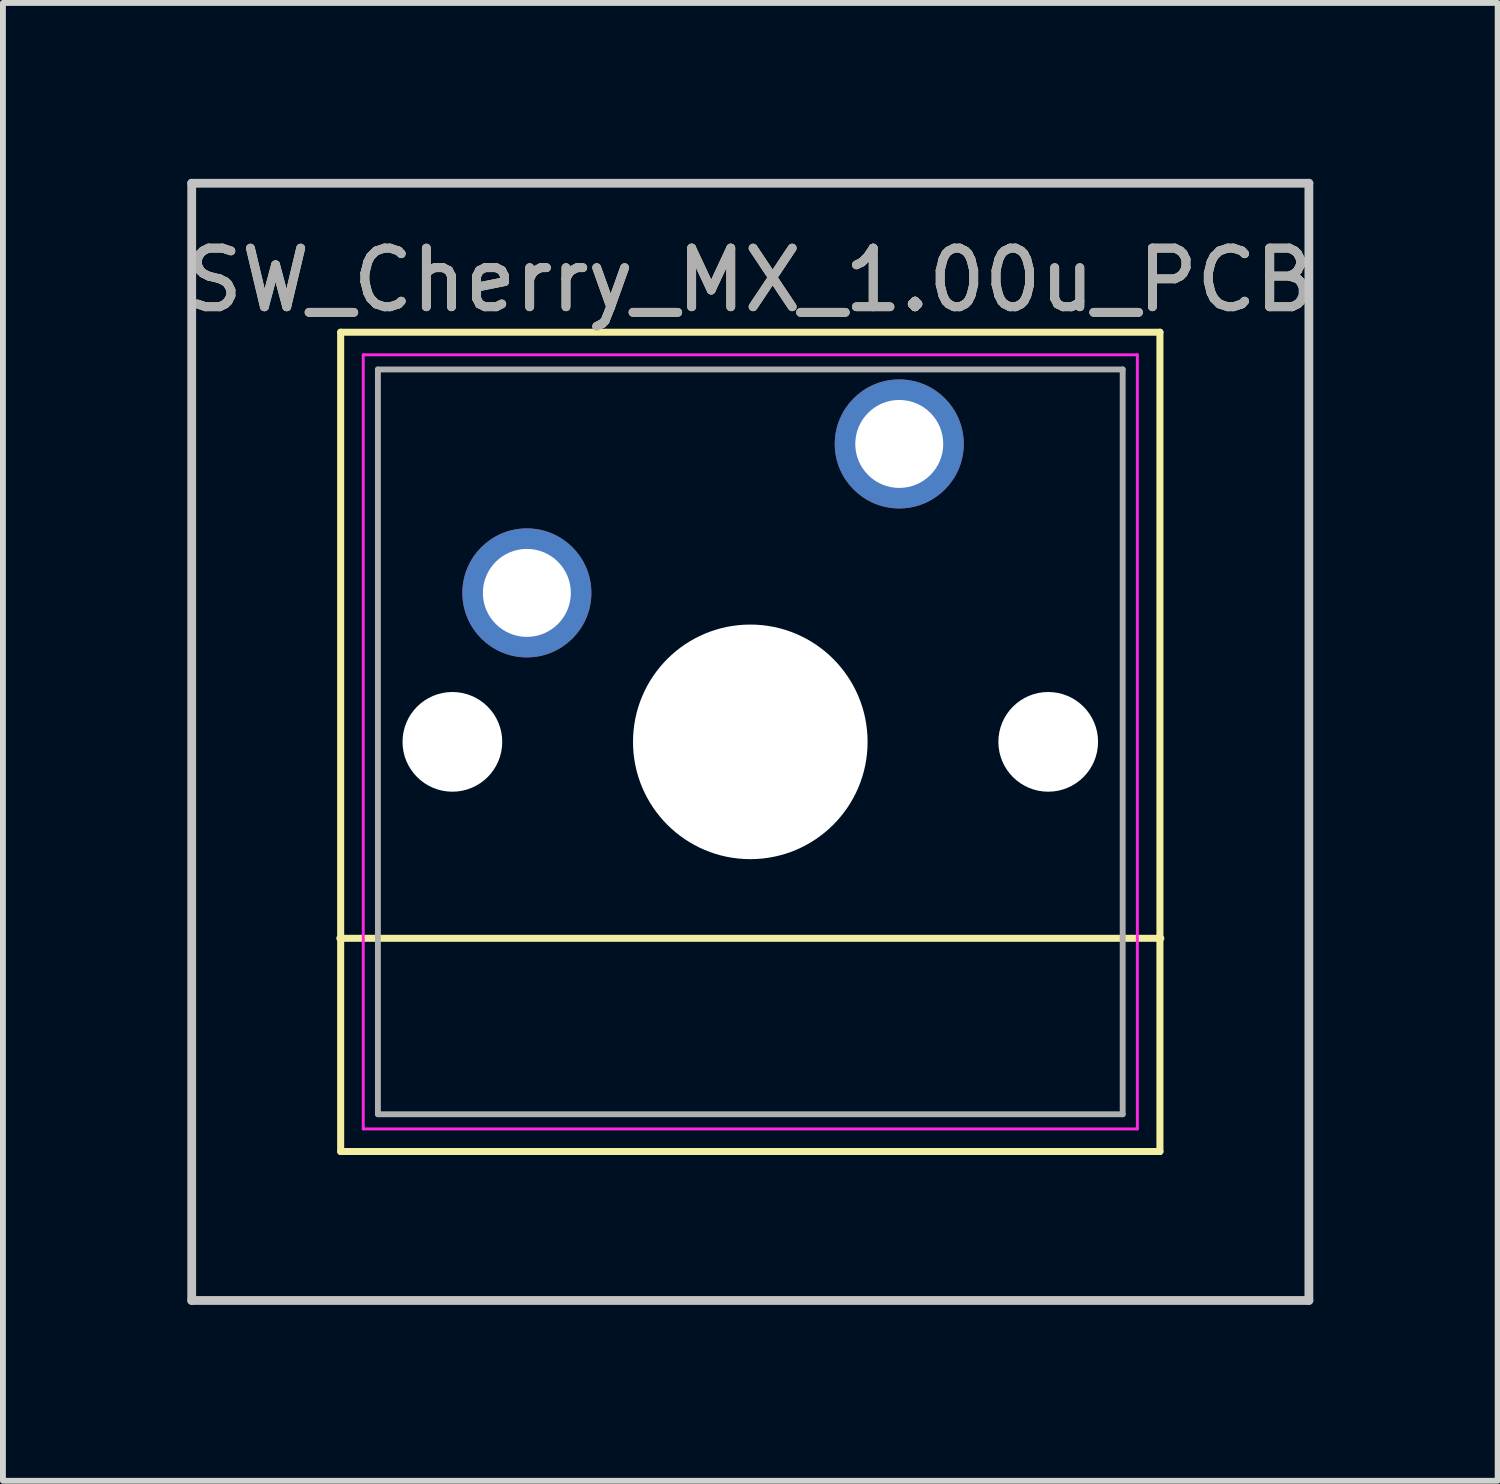
<source format=kicad_pcb>
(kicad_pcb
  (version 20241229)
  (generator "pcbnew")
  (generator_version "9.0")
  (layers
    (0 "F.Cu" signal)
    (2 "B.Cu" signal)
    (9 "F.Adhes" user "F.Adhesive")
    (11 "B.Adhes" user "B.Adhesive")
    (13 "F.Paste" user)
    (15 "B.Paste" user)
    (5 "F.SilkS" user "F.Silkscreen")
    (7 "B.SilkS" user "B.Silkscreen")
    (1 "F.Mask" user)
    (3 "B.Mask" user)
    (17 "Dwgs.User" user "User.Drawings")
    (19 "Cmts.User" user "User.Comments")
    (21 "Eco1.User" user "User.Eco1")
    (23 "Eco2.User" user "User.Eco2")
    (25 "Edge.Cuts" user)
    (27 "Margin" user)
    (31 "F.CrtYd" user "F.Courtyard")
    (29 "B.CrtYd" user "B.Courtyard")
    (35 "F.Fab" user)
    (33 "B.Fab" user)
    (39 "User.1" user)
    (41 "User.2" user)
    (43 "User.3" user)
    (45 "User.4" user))
  (footprint "SW_Cherry_MX_1.00u_PCB"
    (layer "F.Cu")
    (at 12.284 4.52)
    (property "Reference" "SW_Cherry_MX_1.00u_PCB" (at -2.54 -2.794 0) (layer "F.SilkS") (effects (font (size 1 1) (thickness 0.15))))
    (attr through_hole)
    (fp_line (start -9.54 8.43) (end 4.46 8.43) (stroke (width 0.12) (type solid)) (layer "F.SilkS"))
    (fp_line (start -9.525 -1.905) (end 4.445 -1.905) (stroke (width 0.12) (type solid)) (layer "F.SilkS"))
    (fp_line (start -9.525 12.065) (end -9.525 -1.905) (stroke (width 0.12) (type solid)) (layer "F.SilkS"))
    (fp_line (start 4.445 -1.905) (end 4.445 12.065) (stroke (width 0.12) (type solid)) (layer "F.SilkS"))
    (fp_line (start 4.445 12.065) (end -9.525 12.065) (stroke (width 0.12) (type solid)) (layer "F.SilkS"))
    (fp_line (start -12.065 -4.445) (end 6.985 -4.445) (stroke (width 0.15) (type solid)) (layer "Dwgs.User"))
    (fp_line (start -12.065 14.605) (end -12.065 -4.445) (stroke (width 0.15) (type solid)) (layer "Dwgs.User"))
    (fp_line (start 6.985 -4.445) (end 6.985 14.605) (stroke (width 0.15) (type solid)) (layer "Dwgs.User"))
    (fp_line (start 6.985 14.605) (end -12.065 14.605) (stroke (width 0.15) (type solid)) (layer "Dwgs.User"))
    (fp_line (start -9.14 -1.52) (end 4.06 -1.52) (stroke (width 0.05) (type solid)) (layer "F.CrtYd"))
    (fp_line (start -9.14 11.68) (end -9.14 -1.52) (stroke (width 0.05) (type solid)) (layer "F.CrtYd"))
    (fp_line (start 4.06 -1.52) (end 4.06 11.68) (stroke (width 0.05) (type solid)) (layer "F.CrtYd"))
    (fp_line (start 4.06 11.68) (end -9.14 11.68) (stroke (width 0.05) (type solid)) (layer "F.CrtYd"))
    (fp_line (start -8.89 -1.27) (end 3.81 -1.27) (stroke (width 0.1) (type solid)) (layer "F.Fab"))
    (fp_line (start -8.89 11.43) (end -8.89 -1.27) (stroke (width 0.1) (type solid)) (layer "F.Fab"))
    (fp_line (start 3.81 -1.27) (end 3.81 11.43) (stroke (width 0.1) (type solid)) (layer "F.Fab"))
    (fp_line (start 3.81 11.43) (end -8.89 11.43) (stroke (width 0.1) (type solid)) (layer "F.Fab"))
    (fp_text user "${REFERENCE}" (at -2.54 -2.794 0) (layer "F.Fab") (effects (font (size 1 1) (thickness 0.15))))
    (pad "" np_thru_hole circle (at -7.62 5.08) (size 1.7 1.7) (drill 1.7) (layers "*.Cu" "*.Mask"))
    (pad "" np_thru_hole circle (at -2.54 5.08) (size 4 4) (drill 4) (layers "*.Cu" "*.Mask"))
    (pad "" np_thru_hole circle (at 2.54 5.08) (size 1.7 1.7) (drill 1.7) (layers "*.Cu" "*.Mask"))
    (pad "1" thru_hole circle (at 0 0) (size 2.2 2.2) (drill 1.5) (layers "*.Cu" "*.Mask"))
    (pad "2" thru_hole circle (at -6.35 2.54) (size 2.2 2.2) (drill 1.5) (layers "*.Cu" "*.Mask")))
  (gr_rect
    (start -3 -3)
    (end 22.488 22.2)
    (stroke (width 0.1) (type default))
    (fill no)
    (layer "Edge.Cuts")))
</source>
